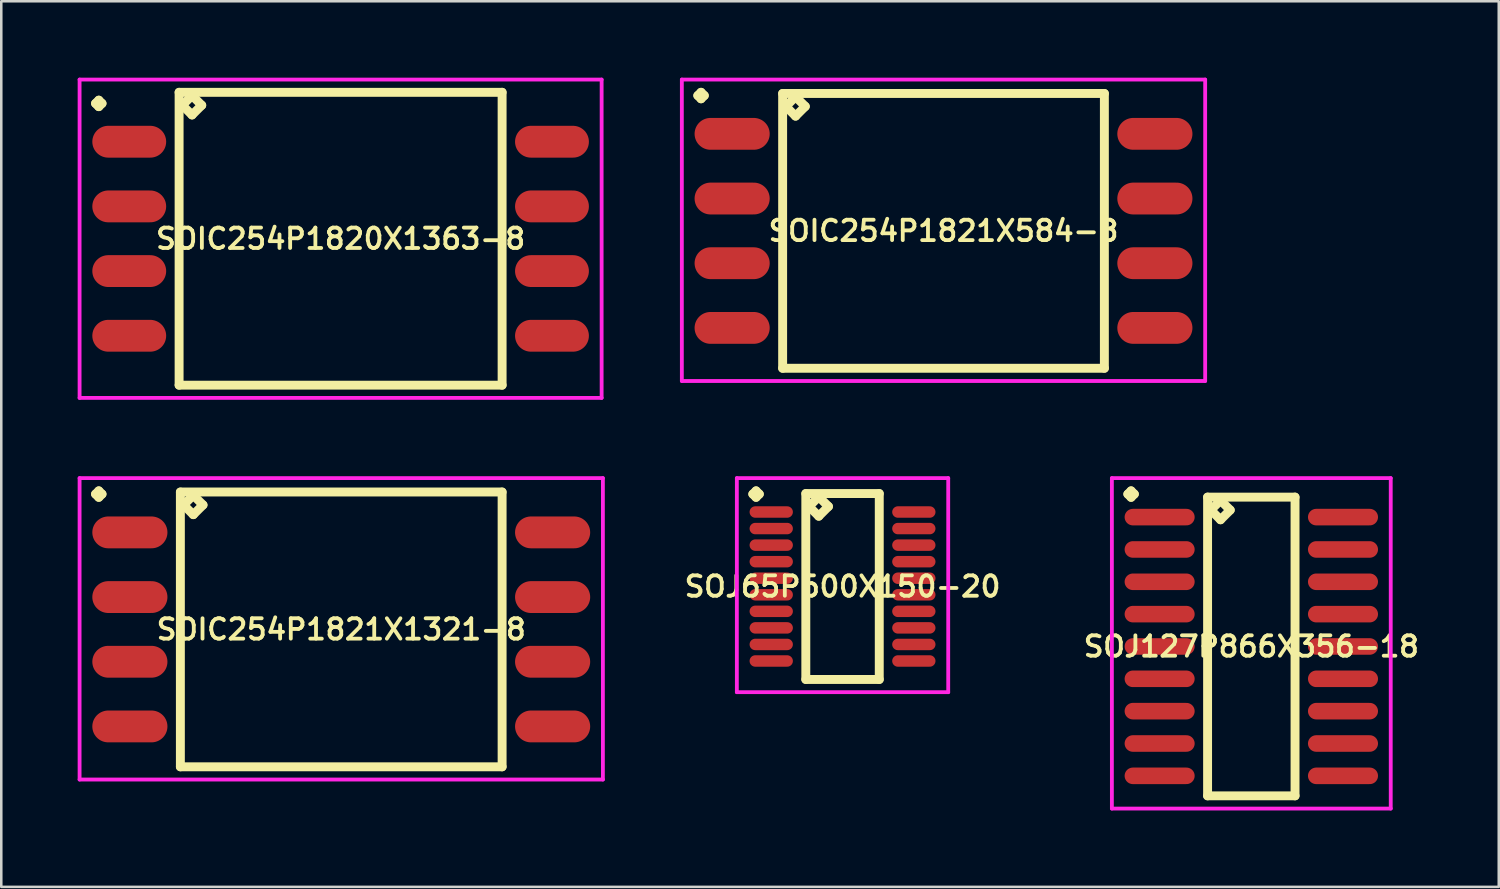
<source format=kicad_pcb>
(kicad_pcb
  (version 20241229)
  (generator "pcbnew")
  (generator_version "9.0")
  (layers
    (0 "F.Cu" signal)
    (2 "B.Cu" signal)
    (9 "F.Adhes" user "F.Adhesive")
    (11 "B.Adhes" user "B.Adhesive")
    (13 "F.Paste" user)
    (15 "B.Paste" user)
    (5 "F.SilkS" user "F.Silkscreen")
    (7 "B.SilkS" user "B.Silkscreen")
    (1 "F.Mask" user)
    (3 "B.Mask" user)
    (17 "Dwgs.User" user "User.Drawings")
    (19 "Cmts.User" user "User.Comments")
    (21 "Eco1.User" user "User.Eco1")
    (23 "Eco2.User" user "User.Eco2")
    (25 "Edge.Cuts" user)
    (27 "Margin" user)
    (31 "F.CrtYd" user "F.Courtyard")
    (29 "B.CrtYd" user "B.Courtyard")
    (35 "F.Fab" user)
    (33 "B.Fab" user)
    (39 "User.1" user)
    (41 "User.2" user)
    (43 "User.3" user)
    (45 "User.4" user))
  (footprint "SOIC254P1820X1363-8"
    (layer "F.Cu")
    (at 10.325 6.325)
    (property "Reference" "SOIC254P1820X1363-8" (at 0 0 0) (layer "F.SilkS") (effects (font (size 0.8 0.8) (thickness 0.15))))
    (attr smd)
    (fp_line (start -9.623 -5.314) (end -9.496 -5.441) (stroke (width 0.35) (type solid)) (layer "F.SilkS"))
    (fp_line (start -9.496 -5.441) (end -9.369 -5.314) (stroke (width 0.35) (type solid)) (layer "F.SilkS"))
    (fp_line (start -9.496 -5.187) (end -9.623 -5.314) (stroke (width 0.35) (type solid)) (layer "F.SilkS"))
    (fp_line (start -9.369 -5.314) (end -9.496 -5.187) (stroke (width 0.35) (type solid)) (layer "F.SilkS"))
    (fp_line (start -6.342 -5.75) (end -6.342 5.75) (stroke (width 0.35) (type solid)) (layer "F.SilkS"))
    (fp_line (start -6.342 5.75) (end 6.342 5.75) (stroke (width 0.35) (type solid)) (layer "F.SilkS"))
    (fp_line (start -6.215 -5.242) (end -5.834 -5.623) (stroke (width 0.35) (type solid)) (layer "F.SilkS"))
    (fp_line (start -5.834 -5.623) (end -5.453 -5.242) (stroke (width 0.35) (type solid)) (layer "F.SilkS"))
    (fp_line (start -5.834 -4.861) (end -6.215 -5.242) (stroke (width 0.35) (type solid)) (layer "F.SilkS"))
    (fp_line (start -5.453 -5.242) (end -5.834 -4.861) (stroke (width 0.35) (type solid)) (layer "F.SilkS"))
    (fp_line (start 6.342 -5.75) (end -6.342 -5.75) (stroke (width 0.35) (type solid)) (layer "F.SilkS"))
    (fp_line (start 6.342 5.75) (end 6.342 -5.75) (stroke (width 0.35) (type solid)) (layer "F.SilkS"))
    (fp_line (start -10.25 -6.25) (end 10.25 -6.25) (stroke (width 0.15) (type solid)) (layer "F.CrtYd"))
    (fp_line (start -10.25 6.25) (end -10.25 -6.25) (stroke (width 0.15) (type solid)) (layer "F.CrtYd"))
    (fp_line (start 10.25 -6.25) (end 10.25 6.25) (stroke (width 0.15) (type solid)) (layer "F.CrtYd"))
    (fp_line (start 10.25 6.25) (end -10.25 6.25) (stroke (width 0.15) (type solid)) (layer "F.CrtYd"))
    (pad "1" smd oval (at -8.3 -3.81) (size 2.9 1.25) (layers "F.Cu" "F.Mask" "F.Paste"))
    (pad "2" smd oval (at -8.3 -1.27) (size 2.9 1.25) (layers "F.Cu" "F.Mask" "F.Paste"))
    (pad "3" smd oval (at -8.3 1.27) (size 2.9 1.25) (layers "F.Cu" "F.Mask" "F.Paste"))
    (pad "4" smd oval (at -8.3 3.81) (size 2.9 1.25) (layers "F.Cu" "F.Mask" "F.Paste"))
    (pad "5" smd oval (at 8.3 3.81) (size 2.9 1.25) (layers "F.Cu" "F.Mask" "F.Paste"))
    (pad "6" smd oval (at 8.3 1.27) (size 2.9 1.25) (layers "F.Cu" "F.Mask" "F.Paste"))
    (pad "7" smd oval (at 8.3 -1.27) (size 2.9 1.25) (layers "F.Cu" "F.Mask" "F.Paste"))
    (pad "8" smd oval (at 8.3 -3.81) (size 2.9 1.25) (layers "F.Cu" "F.Mask" "F.Paste")))
  (footprint "SOIC254P1821X584-8"
    (layer "F.Cu")
    (at 34 6.016)
    (property "Reference" "SOIC254P1821X584-8" (at 0 0 0) (layer "F.SilkS") (effects (font (size 0.8 0.8) (thickness 0.15))))
    (attr through_hole)
    (fp_line (start -9.648 -5.314) (end -9.521 -5.441) (stroke (width 0.35) (type solid)) (layer "F.SilkS"))
    (fp_line (start -9.521 -5.441) (end -9.394 -5.314) (stroke (width 0.35) (type solid)) (layer "F.SilkS"))
    (fp_line (start -9.521 -5.187) (end -9.648 -5.314) (stroke (width 0.35) (type solid)) (layer "F.SilkS"))
    (fp_line (start -9.394 -5.314) (end -9.521 -5.187) (stroke (width 0.35) (type solid)) (layer "F.SilkS"))
    (fp_line (start -6.317 -5.395) (end -6.317 5.395) (stroke (width 0.35) (type solid)) (layer "F.SilkS"))
    (fp_line (start -6.317 5.395) (end 6.317 5.395) (stroke (width 0.35) (type solid)) (layer "F.SilkS"))
    (fp_line (start -6.19 -4.887) (end -5.809 -5.268) (stroke (width 0.35) (type solid)) (layer "F.SilkS"))
    (fp_line (start -5.809 -5.268) (end -5.428 -4.887) (stroke (width 0.35) (type solid)) (layer "F.SilkS"))
    (fp_line (start -5.809 -4.506) (end -6.19 -4.887) (stroke (width 0.35) (type solid)) (layer "F.SilkS"))
    (fp_line (start -5.428 -4.887) (end -5.809 -4.506) (stroke (width 0.35) (type solid)) (layer "F.SilkS"))
    (fp_line (start 6.317 -5.395) (end -6.317 -5.395) (stroke (width 0.35) (type solid)) (layer "F.SilkS"))
    (fp_line (start 6.317 5.395) (end 6.317 -5.395) (stroke (width 0.35) (type solid)) (layer "F.SilkS"))
    (fp_line (start -10.275 -5.941) (end 10.275 -5.941) (stroke (width 0.15) (type solid)) (layer "F.CrtYd"))
    (fp_line (start -10.275 5.895) (end -10.275 -5.941) (stroke (width 0.15) (type solid)) (layer "F.CrtYd"))
    (fp_line (start 10.275 -5.941) (end 10.275 5.895) (stroke (width 0.15) (type solid)) (layer "F.CrtYd"))
    (fp_line (start 10.275 5.895) (end -10.275 5.895) (stroke (width 0.15) (type solid)) (layer "F.CrtYd"))
    (pad "1" smd oval (at -8.3 -3.81) (size 2.95 1.25) (layers "F.Cu" "F.Mask" "F.Paste"))
    (pad "2" smd oval (at -8.3 -1.27) (size 2.95 1.25) (layers "F.Cu" "F.Mask" "F.Paste"))
    (pad "3" smd oval (at -8.3 1.27) (size 2.95 1.25) (layers "F.Cu" "F.Mask" "F.Paste"))
    (pad "4" smd oval (at -8.3 3.81) (size 2.95 1.25) (layers "F.Cu" "F.Mask" "F.Paste"))
    (pad "5" smd oval (at 8.3 3.81) (size 2.95 1.25) (layers "F.Cu" "F.Mask" "F.Paste"))
    (pad "6" smd oval (at 8.3 1.27) (size 2.95 1.25) (layers "F.Cu" "F.Mask" "F.Paste"))
    (pad "7" smd oval (at 8.3 -1.27) (size 2.95 1.25) (layers "F.Cu" "F.Mask" "F.Paste"))
    (pad "8" smd oval (at 8.3 -3.81) (size 2.95 1.25) (layers "F.Cu" "F.Mask" "F.Paste")))
  (footprint "SOJ127P866X356-18"
    (layer "F.Cu")
    (at 46.087 22.336)
    (property "Reference" "SOJ127P866X356-18" (at 0 0 0) (layer "F.SilkS") (effects (font (size 0.8 0.8) (thickness 0.15))))
    (attr through_hole)
    (fp_line (start -4.848 -5.984) (end -4.721 -6.111) (stroke (width 0.35) (type solid)) (layer "F.SilkS"))
    (fp_line (start -4.721 -6.111) (end -4.594 -5.984) (stroke (width 0.35) (type solid)) (layer "F.SilkS"))
    (fp_line (start -4.721 -5.857) (end -4.848 -5.984) (stroke (width 0.35) (type solid)) (layer "F.SilkS"))
    (fp_line (start -4.594 -5.984) (end -4.721 -5.857) (stroke (width 0.35) (type solid)) (layer "F.SilkS"))
    (fp_line (start -1.717 -5.865) (end -1.717 5.865) (stroke (width 0.35) (type solid)) (layer "F.SilkS"))
    (fp_line (start -1.717 5.865) (end 1.717 5.865) (stroke (width 0.35) (type solid)) (layer "F.SilkS"))
    (fp_line (start -1.59 -5.357) (end -1.209 -5.738) (stroke (width 0.35) (type solid)) (layer "F.SilkS"))
    (fp_line (start -1.209 -5.738) (end -0.828 -5.357) (stroke (width 0.35) (type solid)) (layer "F.SilkS"))
    (fp_line (start -1.209 -4.976) (end -1.59 -5.357) (stroke (width 0.35) (type solid)) (layer "F.SilkS"))
    (fp_line (start -0.828 -5.357) (end -1.209 -4.976) (stroke (width 0.35) (type solid)) (layer "F.SilkS"))
    (fp_line (start 1.717 -5.865) (end -1.717 -5.865) (stroke (width 0.35) (type solid)) (layer "F.SilkS"))
    (fp_line (start 1.717 5.865) (end 1.717 -5.865) (stroke (width 0.35) (type solid)) (layer "F.SilkS"))
    (fp_line (start -5.475 -6.611) (end 5.475 -6.611) (stroke (width 0.15) (type solid)) (layer "F.CrtYd"))
    (fp_line (start -5.475 6.365) (end -5.475 -6.611) (stroke (width 0.15) (type solid)) (layer "F.CrtYd"))
    (fp_line (start 5.475 -6.611) (end 5.475 6.365) (stroke (width 0.15) (type solid)) (layer "F.CrtYd"))
    (fp_line (start 5.475 6.365) (end -5.475 6.365) (stroke (width 0.15) (type solid)) (layer "F.CrtYd"))
    (pad "1" smd oval (at -3.6 -5.08) (size 2.75 0.65) (layers "F.Cu" "F.Mask" "F.Paste"))
    (pad "2" smd oval (at -3.6 -3.81) (size 2.75 0.65) (layers "F.Cu" "F.Mask" "F.Paste"))
    (pad "3" smd oval (at -3.6 -2.54) (size 2.75 0.65) (layers "F.Cu" "F.Mask" "F.Paste"))
    (pad "4" smd oval (at -3.6 -1.27) (size 2.75 0.65) (layers "F.Cu" "F.Mask" "F.Paste"))
    (pad "5" smd oval (at -3.6 0) (size 2.75 0.65) (layers "F.Cu" "F.Mask" "F.Paste"))
    (pad "6" smd oval (at -3.6 1.27) (size 2.75 0.65) (layers "F.Cu" "F.Mask" "F.Paste"))
    (pad "7" smd oval (at -3.6 2.54) (size 2.75 0.65) (layers "F.Cu" "F.Mask" "F.Paste"))
    (pad "8" smd oval (at -3.6 3.81) (size 2.75 0.65) (layers "F.Cu" "F.Mask" "F.Paste"))
    (pad "9" smd oval (at -3.6 5.08) (size 2.75 0.65) (layers "F.Cu" "F.Mask" "F.Paste"))
    (pad "10" smd oval (at 3.6 5.08) (size 2.75 0.65) (layers "F.Cu" "F.Mask" "F.Paste"))
    (pad "11" smd oval (at 3.6 3.81) (size 2.75 0.65) (layers "F.Cu" "F.Mask" "F.Paste"))
    (pad "12" smd oval (at 3.6 2.54) (size 2.75 0.65) (layers "F.Cu" "F.Mask" "F.Paste"))
    (pad "13" smd oval (at 3.6 1.27) (size 2.75 0.65) (layers "F.Cu" "F.Mask" "F.Paste"))
    (pad "14" smd oval (at 3.6 0) (size 2.75 0.65) (layers "F.Cu" "F.Mask" "F.Paste"))
    (pad "15" smd oval (at 3.6 -1.27) (size 2.75 0.65) (layers "F.Cu" "F.Mask" "F.Paste"))
    (pad "16" smd oval (at 3.6 -2.54) (size 2.75 0.65) (layers "F.Cu" "F.Mask" "F.Paste"))
    (pad "17" smd oval (at 3.6 -3.81) (size 2.75 0.65) (layers "F.Cu" "F.Mask" "F.Paste"))
    (pad "18" smd oval (at 3.6 -5.08) (size 2.75 0.65) (layers "F.Cu" "F.Mask" "F.Paste")))
  (footprint "SOJ65P600X150-20"
    (layer "F.Cu")
    (at 30.035 19.981)
    (property "Reference" "SOJ65P600X150-20" (at 0 0 0) (layer "F.SilkS") (effects (font (size 0.8 0.8) (thickness 0.15))))
    (attr smd)
    (fp_line (start -3.523 -3.629) (end -3.396 -3.756) (stroke (width 0.35) (type solid)) (layer "F.SilkS"))
    (fp_line (start -3.396 -3.756) (end -3.269 -3.629) (stroke (width 0.35) (type solid)) (layer "F.SilkS"))
    (fp_line (start -3.396 -3.502) (end -3.523 -3.629) (stroke (width 0.35) (type solid)) (layer "F.SilkS"))
    (fp_line (start -3.269 -3.629) (end -3.396 -3.502) (stroke (width 0.35) (type solid)) (layer "F.SilkS"))
    (fp_line (start -1.442 -3.65) (end -1.442 3.65) (stroke (width 0.35) (type solid)) (layer "F.SilkS"))
    (fp_line (start -1.442 3.65) (end 1.442 3.65) (stroke (width 0.35) (type solid)) (layer "F.SilkS"))
    (fp_line (start -1.315 -3.142) (end -0.934 -3.523) (stroke (width 0.35) (type solid)) (layer "F.SilkS"))
    (fp_line (start -0.934 -3.523) (end -0.553 -3.142) (stroke (width 0.35) (type solid)) (layer "F.SilkS"))
    (fp_line (start -0.934 -2.761) (end -1.315 -3.142) (stroke (width 0.35) (type solid)) (layer "F.SilkS"))
    (fp_line (start -0.553 -3.142) (end -0.934 -2.761) (stroke (width 0.35) (type solid)) (layer "F.SilkS"))
    (fp_line (start 1.442 -3.65) (end -1.442 -3.65) (stroke (width 0.35) (type solid)) (layer "F.SilkS"))
    (fp_line (start 1.442 3.65) (end 1.442 -3.65) (stroke (width 0.35) (type solid)) (layer "F.SilkS"))
    (fp_line (start -4.15 -4.256) (end 4.15 -4.256) (stroke (width 0.15) (type solid)) (layer "F.CrtYd"))
    (fp_line (start -4.15 4.15) (end -4.15 -4.256) (stroke (width 0.15) (type solid)) (layer "F.CrtYd"))
    (fp_line (start 4.15 -4.256) (end 4.15 4.15) (stroke (width 0.15) (type solid)) (layer "F.CrtYd"))
    (fp_line (start 4.15 4.15) (end -4.15 4.15) (stroke (width 0.15) (type solid)) (layer "F.CrtYd"))
    (pad "1" smd oval (at -2.8 -2.925) (size 1.7 0.45) (layers "F.Cu" "F.Mask" "F.Paste"))
    (pad "2" smd oval (at -2.8 -2.275) (size 1.7 0.45) (layers "F.Cu" "F.Mask" "F.Paste"))
    (pad "3" smd oval (at -2.8 -1.625) (size 1.7 0.45) (layers "F.Cu" "F.Mask" "F.Paste"))
    (pad "4" smd oval (at -2.8 -0.975) (size 1.7 0.45) (layers "F.Cu" "F.Mask" "F.Paste"))
    (pad "5" smd oval (at -2.8 -0.325) (size 1.7 0.45) (layers "F.Cu" "F.Mask" "F.Paste"))
    (pad "6" smd oval (at -2.8 0.325) (size 1.7 0.45) (layers "F.Cu" "F.Mask" "F.Paste"))
    (pad "7" smd oval (at -2.8 0.975) (size 1.7 0.45) (layers "F.Cu" "F.Mask" "F.Paste"))
    (pad "8" smd oval (at -2.8 1.625) (size 1.7 0.45) (layers "F.Cu" "F.Mask" "F.Paste"))
    (pad "9" smd oval (at -2.8 2.275) (size 1.7 0.45) (layers "F.Cu" "F.Mask" "F.Paste"))
    (pad "10" smd oval (at -2.8 2.925) (size 1.7 0.45) (layers "F.Cu" "F.Mask" "F.Paste"))
    (pad "11" smd oval (at 2.8 2.925) (size 1.7 0.45) (layers "F.Cu" "F.Mask" "F.Paste"))
    (pad "12" smd oval (at 2.8 2.275) (size 1.7 0.45) (layers "F.Cu" "F.Mask" "F.Paste"))
    (pad "13" smd oval (at 2.8 1.625) (size 1.7 0.45) (layers "F.Cu" "F.Mask" "F.Paste"))
    (pad "14" smd oval (at 2.8 0.975) (size 1.7 0.45) (layers "F.Cu" "F.Mask" "F.Paste"))
    (pad "15" smd oval (at 2.8 0.325) (size 1.7 0.45) (layers "F.Cu" "F.Mask" "F.Paste"))
    (pad "16" smd oval (at 2.8 -0.325) (size 1.7 0.45) (layers "F.Cu" "F.Mask" "F.Paste"))
    (pad "17" smd oval (at 2.8 -0.975) (size 1.7 0.45) (layers "F.Cu" "F.Mask" "F.Paste"))
    (pad "18" smd oval (at 2.8 -1.625) (size 1.7 0.45) (layers "F.Cu" "F.Mask" "F.Paste"))
    (pad "19" smd oval (at 2.8 -2.275) (size 1.7 0.45) (layers "F.Cu" "F.Mask" "F.Paste"))
    (pad "20" smd oval (at 2.8 -2.925) (size 1.7 0.45) (layers "F.Cu" "F.Mask" "F.Paste")))
  (footprint "SOIC254P1821X1321-8"
    (layer "F.Cu")
    (at 10.35 21.666)
    (property "Reference" "SOIC254P1821X1321-8" (at 0 0 0) (layer "F.SilkS") (effects (font (size 0.8 0.8) (thickness 0.15))))
    (attr smd)
    (fp_line (start -9.648 -5.314) (end -9.521 -5.441) (stroke (width 0.35) (type solid)) (layer "F.SilkS"))
    (fp_line (start -9.521 -5.441) (end -9.394 -5.314) (stroke (width 0.35) (type solid)) (layer "F.SilkS"))
    (fp_line (start -9.521 -5.187) (end -9.648 -5.314) (stroke (width 0.35) (type solid)) (layer "F.SilkS"))
    (fp_line (start -9.394 -5.314) (end -9.521 -5.187) (stroke (width 0.35) (type solid)) (layer "F.SilkS"))
    (fp_line (start -6.317 -5.395) (end -6.317 5.395) (stroke (width 0.35) (type solid)) (layer "F.SilkS"))
    (fp_line (start -6.317 5.395) (end 6.317 5.395) (stroke (width 0.35) (type solid)) (layer "F.SilkS"))
    (fp_line (start -6.19 -4.887) (end -5.809 -5.268) (stroke (width 0.35) (type solid)) (layer "F.SilkS"))
    (fp_line (start -5.809 -5.268) (end -5.428 -4.887) (stroke (width 0.35) (type solid)) (layer "F.SilkS"))
    (fp_line (start -5.809 -4.506) (end -6.19 -4.887) (stroke (width 0.35) (type solid)) (layer "F.SilkS"))
    (fp_line (start -5.428 -4.887) (end -5.809 -4.506) (stroke (width 0.35) (type solid)) (layer "F.SilkS"))
    (fp_line (start 6.317 -5.395) (end -6.317 -5.395) (stroke (width 0.35) (type solid)) (layer "F.SilkS"))
    (fp_line (start 6.317 5.395) (end 6.317 -5.395) (stroke (width 0.35) (type solid)) (layer "F.SilkS"))
    (fp_line (start -10.275 -5.941) (end 10.275 -5.941) (stroke (width 0.15) (type solid)) (layer "F.CrtYd"))
    (fp_line (start -10.275 5.895) (end -10.275 -5.941) (stroke (width 0.15) (type solid)) (layer "F.CrtYd"))
    (fp_line (start 10.275 -5.941) (end 10.275 5.895) (stroke (width 0.15) (type solid)) (layer "F.CrtYd"))
    (fp_line (start 10.275 5.895) (end -10.275 5.895) (stroke (width 0.15) (type solid)) (layer "F.CrtYd"))
    (pad "1" smd oval (at -8.3 -3.81) (size 2.95 1.25) (layers "F.Cu" "F.Mask" "F.Paste"))
    (pad "2" smd oval (at -8.3 -1.27) (size 2.95 1.25) (layers "F.Cu" "F.Mask" "F.Paste"))
    (pad "3" smd oval (at -8.3 1.27) (size 2.95 1.25) (layers "F.Cu" "F.Mask" "F.Paste"))
    (pad "4" smd oval (at -8.3 3.81) (size 2.95 1.25) (layers "F.Cu" "F.Mask" "F.Paste"))
    (pad "5" smd oval (at 8.3 3.81) (size 2.95 1.25) (layers "F.Cu" "F.Mask" "F.Paste"))
    (pad "6" smd oval (at 8.3 1.27) (size 2.95 1.25) (layers "F.Cu" "F.Mask" "F.Paste"))
    (pad "7" smd oval (at 8.3 -1.27) (size 2.95 1.25) (layers "F.Cu" "F.Mask" "F.Paste"))
    (pad "8" smd oval (at 8.3 -3.81) (size 2.95 1.25) (layers "F.Cu" "F.Mask" "F.Paste")))
  (gr_rect
    (start -3 -3)
    (end 55.804 31.776)
    (stroke (width 0.1) (type default))
    (fill no)
    (layer "Edge.Cuts")))
</source>
